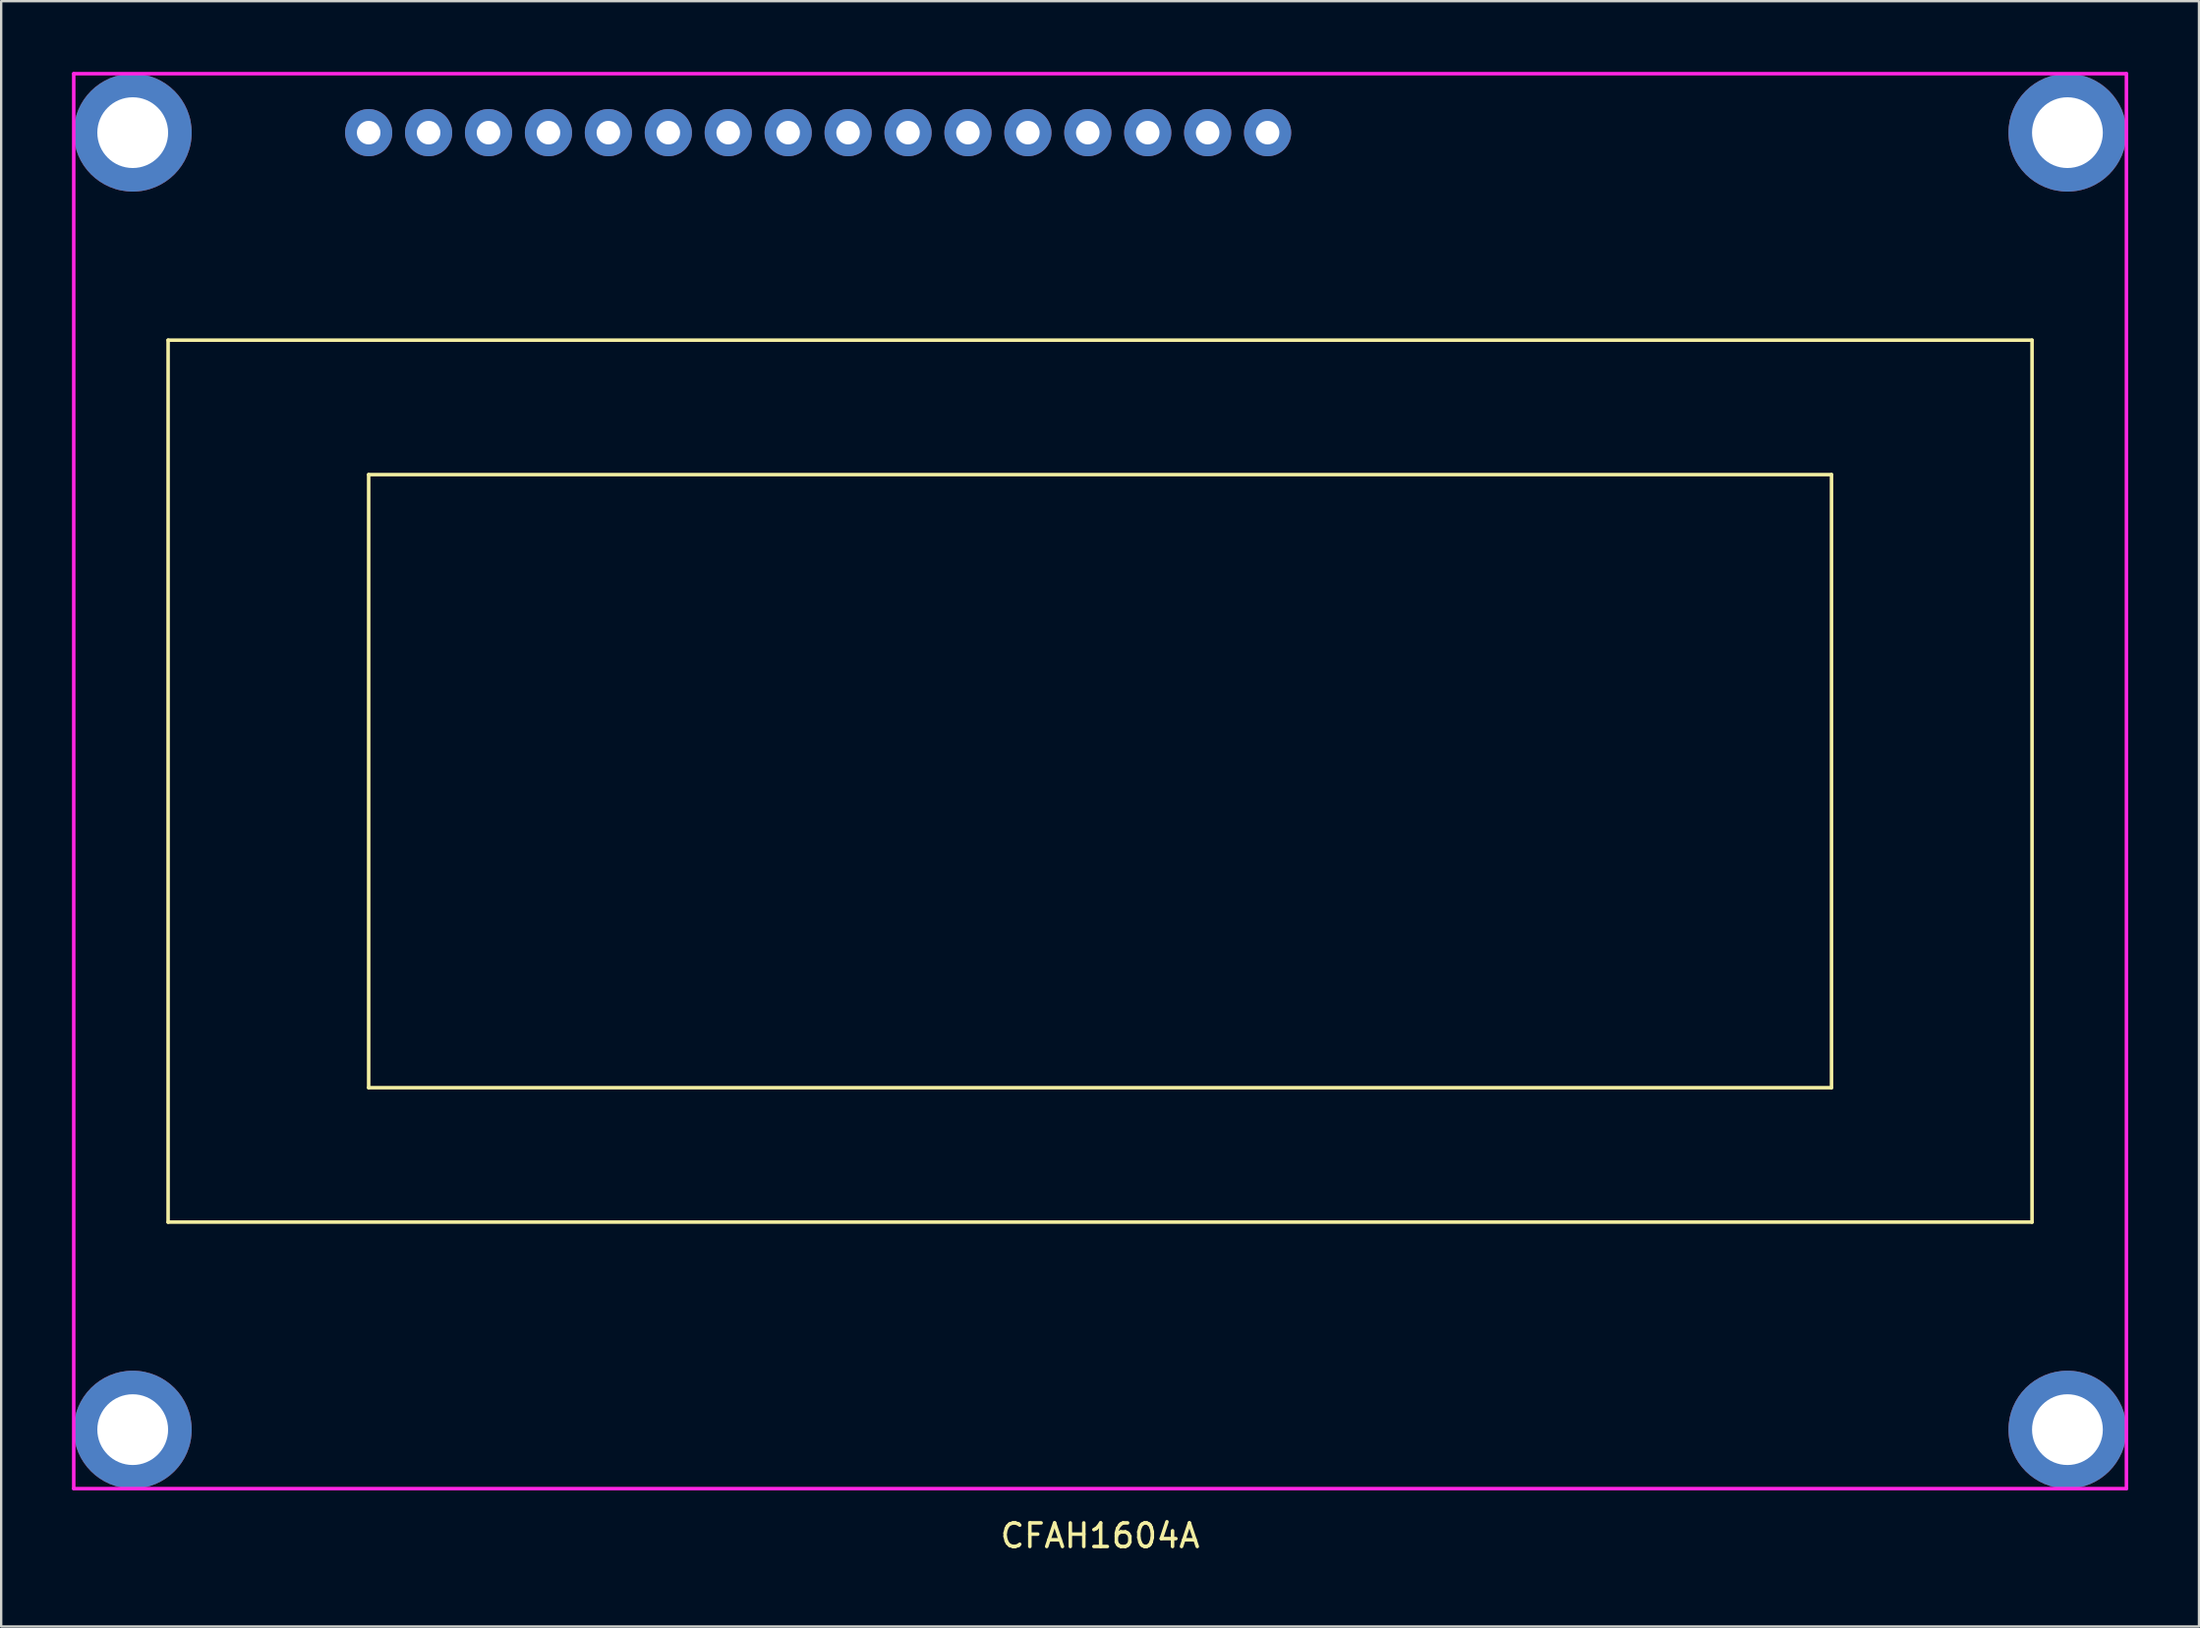
<source format=kicad_pcb>
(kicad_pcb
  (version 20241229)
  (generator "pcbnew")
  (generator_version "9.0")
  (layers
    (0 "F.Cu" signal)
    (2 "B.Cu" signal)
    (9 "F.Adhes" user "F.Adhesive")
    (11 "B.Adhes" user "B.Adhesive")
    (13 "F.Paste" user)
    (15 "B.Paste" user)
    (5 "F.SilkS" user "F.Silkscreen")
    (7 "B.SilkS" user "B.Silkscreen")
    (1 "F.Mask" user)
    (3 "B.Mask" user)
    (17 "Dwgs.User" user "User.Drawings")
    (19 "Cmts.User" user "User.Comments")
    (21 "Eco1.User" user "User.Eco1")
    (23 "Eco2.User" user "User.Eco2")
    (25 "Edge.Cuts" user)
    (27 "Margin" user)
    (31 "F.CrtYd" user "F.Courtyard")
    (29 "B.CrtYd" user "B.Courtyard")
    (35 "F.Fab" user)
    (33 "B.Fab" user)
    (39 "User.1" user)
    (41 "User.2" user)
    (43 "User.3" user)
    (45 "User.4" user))
  (footprint "CFAH1604A"
    (layer "F.Cu")
    (at 43.575 30.075)
    (property "Reference" "CFAH1604A" (at 0 32 0) (layer "F.SilkS") (effects (font (size 1 1) (thickness 0.15))))
    (attr through_hole)
    (fp_line (start -39.5 -18.7) (end -39.5 18.7) (stroke (width 0.15) (type solid)) (layer "F.SilkS"))
    (fp_line (start -39.5 18.7) (end 39.5 18.7) (stroke (width 0.15) (type solid)) (layer "F.SilkS"))
    (fp_line (start -31 -13) (end -31 13) (stroke (width 0.15) (type solid)) (layer "F.SilkS"))
    (fp_line (start -31 13) (end 31 13) (stroke (width 0.15) (type solid)) (layer "F.SilkS"))
    (fp_line (start 31 -13) (end -31 -13) (stroke (width 0.15) (type solid)) (layer "F.SilkS"))
    (fp_line (start 31 13) (end 31 -13) (stroke (width 0.15) (type solid)) (layer "F.SilkS"))
    (fp_line (start 39.5 -18.7) (end -39.5 -18.7) (stroke (width 0.15) (type solid)) (layer "F.SilkS"))
    (fp_line (start 39.5 18.7) (end 39.5 -18.7) (stroke (width 0.15) (type solid)) (layer "F.SilkS"))
    (fp_line (start -43.5 -30) (end -43.5 30) (stroke (width 0.15) (type solid)) (layer "F.CrtYd"))
    (fp_line (start -43.5 30) (end 43.5 30) (stroke (width 0.15) (type solid)) (layer "F.CrtYd"))
    (fp_line (start 43.5 -30) (end -43.5 -30) (stroke (width 0.15) (type solid)) (layer "F.CrtYd"))
    (fp_line (start 43.5 30) (end 43.5 -30) (stroke (width 0.15) (type solid)) (layer "F.CrtYd"))
    (pad "1" thru_hole circle (at -31 -27.5) (size 2 2) (drill 1) (layers "*.Cu" "*.Mask"))
    (pad "2" thru_hole circle (at -28.46 -27.5) (size 2 2) (drill 1) (layers "*.Cu" "*.Mask"))
    (pad "3" thru_hole circle (at -25.92 -27.5) (size 2 2) (drill 1) (layers "*.Cu" "*.Mask"))
    (pad "4" thru_hole circle (at -23.38 -27.5) (size 2 2) (drill 1) (layers "*.Cu" "*.Mask"))
    (pad "5" thru_hole circle (at -20.84 -27.5) (size 2 2) (drill 1) (layers "*.Cu" "*.Mask"))
    (pad "6" thru_hole circle (at -18.3 -27.5) (size 2 2) (drill 1) (layers "*.Cu" "*.Mask"))
    (pad "7" thru_hole circle (at -15.76 -27.5) (size 2 2) (drill 1) (layers "*.Cu" "*.Mask"))
    (pad "8" thru_hole circle (at -13.22 -27.5) (size 2 2) (drill 1) (layers "*.Cu" "*.Mask"))
    (pad "9" thru_hole circle (at -10.68 -27.5) (size 2 2) (drill 1) (layers "*.Cu" "*.Mask"))
    (pad "10" thru_hole circle (at -8.14 -27.5) (size 2 2) (drill 1) (layers "*.Cu" "*.Mask"))
    (pad "11" thru_hole circle (at -5.6 -27.5) (size 2 2) (drill 1) (layers "*.Cu" "*.Mask"))
    (pad "12" thru_hole circle (at -3.06 -27.5) (size 2 2) (drill 1) (layers "*.Cu" "*.Mask"))
    (pad "13" thru_hole circle (at -0.52 -27.5) (size 2 2) (drill 1) (layers "*.Cu" "*.Mask"))
    (pad "14" thru_hole circle (at 2.02 -27.5) (size 2 2) (drill 1) (layers "*.Cu" "*.Mask"))
    (pad "15" thru_hole circle (at 4.56 -27.5) (size 2 2) (drill 1) (layers "*.Cu" "*.Mask"))
    (pad "16" thru_hole circle (at 7.1 -27.5) (size 2 2) (drill 1) (layers "*.Cu" "*.Mask"))
    (pad "17" thru_hole circle (at -41 -27.5) (size 5 5) (drill 3) (layers "*.Cu" "*.Mask"))
    (pad "17" thru_hole circle (at -41 27.5) (size 5 5) (drill 3) (layers "*.Cu" "*.Mask"))
    (pad "17" thru_hole circle (at 41 -27.5) (size 5 5) (drill 3) (layers "*.Cu" "*.Mask"))
    (pad "17" thru_hole circle (at 41 27.5) (size 5 5) (drill 3) (layers "*.Cu" "*.Mask")))
  (gr_rect
    (start -3 -3)
    (end 90.15 65.923)
    (stroke (width 0.1) (type default))
    (fill no)
    (layer "Edge.Cuts")))
</source>
